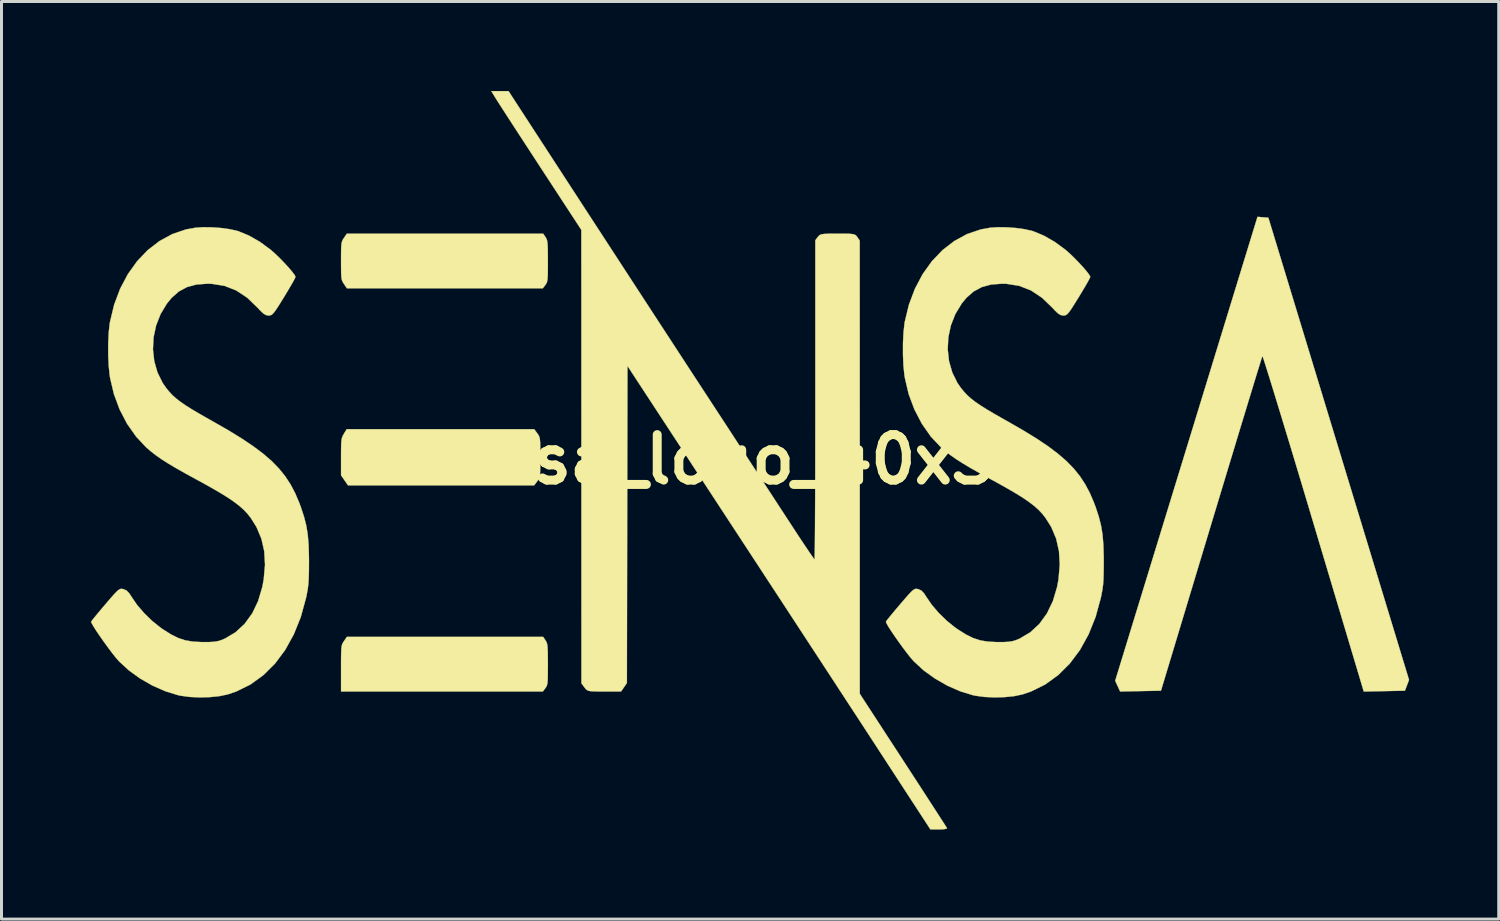
<source format=kicad_pcb>
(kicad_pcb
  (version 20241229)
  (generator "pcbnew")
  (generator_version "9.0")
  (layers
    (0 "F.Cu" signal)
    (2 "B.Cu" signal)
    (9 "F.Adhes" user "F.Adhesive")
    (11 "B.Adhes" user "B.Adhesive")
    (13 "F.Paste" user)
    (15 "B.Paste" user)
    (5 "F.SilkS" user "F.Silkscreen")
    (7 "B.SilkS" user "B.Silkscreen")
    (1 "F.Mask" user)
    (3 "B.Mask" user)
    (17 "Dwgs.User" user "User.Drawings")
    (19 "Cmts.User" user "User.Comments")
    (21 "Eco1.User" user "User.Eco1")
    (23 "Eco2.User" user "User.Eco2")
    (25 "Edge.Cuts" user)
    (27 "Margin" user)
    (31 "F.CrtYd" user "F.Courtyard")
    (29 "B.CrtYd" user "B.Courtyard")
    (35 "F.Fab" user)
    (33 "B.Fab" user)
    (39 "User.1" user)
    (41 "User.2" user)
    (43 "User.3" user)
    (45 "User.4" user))
  (footprint "sensa_logo_40x30"
    (layer "F.Cu")
    (at 21.333 12.349)
    (property "Reference" "sensa_logo_40x30" (at 0 0 0) (layer "F.SilkS") (effects (font (size 1.524 1.524) (thickness 0.3))))
    (attr through_hole)
    (fp_poly (pts (xy -6.102 6.061) (xy -6.07 6.116) (xy -6.048 6.181) (xy -6.035 6.276) (xy -6.027 6.419) (xy -6.024 6.628) (xy -6.023 6.865) (xy -6.024 7.143) (xy -6.027 7.338) (xy -6.035 7.468) (xy -6.05 7.553) (xy -6.073 7.611) (xy -6.107 7.661) (xy -6.107 7.662) (xy -6.191 7.772) (xy -12.954 7.772) (xy -12.954 7) (xy -12.954 6.705) (xy -12.951 6.494) (xy -12.945 6.348) (xy -12.933 6.25) (xy -12.914 6.183) (xy -12.884 6.128) (xy -12.856 6.086) (xy -12.759 5.944) (xy -6.181 5.944) (xy -6.102 6.061)) (stroke (width 0.01) (type solid)) (fill yes) (layer "F.SilkS"))
    (fp_poly (pts (xy -6.379 -0.879) (xy -6.338 -0.821) (xy -6.31 -0.764) (xy -6.292 -0.688) (xy -6.282 -0.573) (xy -6.278 -0.402) (xy -6.277 -0.152) (xy -6.277 -0.076) (xy -6.278 0.195) (xy -6.281 0.384) (xy -6.289 0.511) (xy -6.304 0.595) (xy -6.33 0.655) (xy -6.368 0.711) (xy -6.379 0.727) (xy -6.481 0.864) (xy -12.722 0.864) (xy -12.838 0.696) (xy -12.954 0.529) (xy -12.954 -0.087) (xy -12.953 -0.349) (xy -12.949 -0.53) (xy -12.939 -0.653) (xy -12.92 -0.738) (xy -12.89 -0.807) (xy -12.86 -0.86) (xy -12.766 -1.016) (xy -6.481 -1.016) (xy -6.379 -0.879)) (stroke (width 0.01) (type solid)) (fill yes) (layer "F.SilkS"))
    (fp_poly (pts (xy -6.102 -7.452) (xy -6.07 -7.397) (xy -6.048 -7.331) (xy -6.035 -7.237) (xy -6.027 -7.094) (xy -6.024 -6.884) (xy -6.023 -6.648) (xy -6.024 -6.37) (xy -6.027 -6.175) (xy -6.035 -6.045) (xy -6.05 -5.96) (xy -6.073 -5.901) (xy -6.107 -5.851) (xy -6.107 -5.851) (xy -6.191 -5.74) (xy -9.475 -5.74) (xy -12.759 -5.74) (xy -12.856 -5.883) (xy -12.897 -5.946) (xy -12.925 -6.01) (xy -12.941 -6.094) (xy -12.95 -6.22) (xy -12.953 -6.408) (xy -12.954 -6.655) (xy -12.953 -6.918) (xy -12.95 -7.101) (xy -12.94 -7.222) (xy -12.923 -7.305) (xy -12.895 -7.368) (xy -12.856 -7.427) (xy -12.759 -7.569) (xy -6.181 -7.569) (xy -6.102 -7.452)) (stroke (width 0.01) (type solid)) (fill yes) (layer "F.SilkS"))
    (fp_poly (pts (xy 17.939 -8.118) (xy 18.121 -8.103) (xy 20.478 -0.359) (xy 22.835 7.385) (xy 22.766 7.566) (xy 22.697 7.747) (xy 22.007 7.761) (xy 21.318 7.774) (xy 19.633 2.134) (xy 19.418 1.415) (xy 19.211 0.724) (xy 19.013 0.066) (xy 18.826 -0.554) (xy 18.651 -1.129) (xy 18.491 -1.655) (xy 18.347 -2.125) (xy 18.221 -2.535) (xy 18.115 -2.877) (xy 18.03 -3.147) (xy 17.968 -3.338) (xy 17.931 -3.446) (xy 17.921 -3.468) (xy 17.904 -3.417) (xy 17.86 -3.278) (xy 17.792 -3.058) (xy 17.7 -2.76) (xy 17.588 -2.393) (xy 17.456 -1.961) (xy 17.307 -1.47) (xy 17.141 -0.926) (xy 16.962 -0.334) (xy 16.77 0.299) (xy 16.568 0.968) (xy 16.357 1.666) (xy 16.208 2.159) (xy 14.522 7.747) (xy 13.154 7.773) (xy 13.071 7.593) (xy 12.988 7.414) (xy 15.373 -0.359) (xy 17.757 -8.133) (xy 17.939 -8.118)) (stroke (width 0.01) (type solid)) (fill yes) (layer "F.SilkS"))
    (fp_poly (pts (xy -5.022 -8.779) (xy -4.628 -8.173) (xy -4.203 -7.521) (xy -3.757 -6.835) (xy -3.297 -6.129) (xy -2.833 -5.417) (xy -2.373 -4.711) (xy -1.925 -4.025) (xy -1.5 -3.373) (xy -1.104 -2.766) (xy -0.746 -2.219) (xy -0.689 -2.132) (xy -0.356 -1.622) (xy -0.019 -1.107) (xy 0.314 -0.596) (xy 0.64 -0.097) (xy 0.951 0.38) (xy 1.243 0.826) (xy 1.509 1.234) (xy 1.743 1.593) (xy 1.941 1.896) (xy 2.095 2.133) (xy 2.105 2.147) (xy 2.295 2.439) (xy 2.471 2.706) (xy 2.626 2.938) (xy 2.753 3.126) (xy 2.847 3.262) (xy 2.901 3.337) (xy 2.912 3.349) (xy 2.916 3.3) (xy 2.919 3.156) (xy 2.923 2.923) (xy 2.926 2.609) (xy 2.929 2.219) (xy 2.931 1.762) (xy 2.934 1.242) (xy 2.936 0.667) (xy 2.937 0.043) (xy 2.938 -0.622) (xy 2.939 -1.323) (xy 2.939 -1.998) (xy 2.939 -7.348) (xy 3.023 -7.459) (xy 3.059 -7.5) (xy 3.101 -7.53) (xy 3.162 -7.55) (xy 3.253 -7.561) (xy 3.387 -7.567) (xy 3.576 -7.569) (xy 3.688 -7.569) (xy 3.906 -7.569) (xy 4.064 -7.565) (xy 4.172 -7.557) (xy 4.244 -7.542) (xy 4.292 -7.518) (xy 4.326 -7.482) (xy 4.348 -7.452) (xy 4.427 -7.334) (xy 4.428 0.257) (xy 4.428 7.849) (xy 5.882 10.083) (xy 6.144 10.486) (xy 6.392 10.867) (xy 6.621 11.22) (xy 6.826 11.537) (xy 7.004 11.812) (xy 7.15 12.038) (xy 7.26 12.208) (xy 7.329 12.317) (xy 7.353 12.356) (xy 7.328 12.374) (xy 7.246 12.388) (xy 7.124 12.395) (xy 7.083 12.395) (xy 6.796 12.395) (xy 5.398 10.249) (xy 5.154 9.874) (xy 4.89 9.469) (xy 4.606 9.033) (xy 4.298 8.561) (xy 3.964 8.051) (xy 3.604 7.499) (xy 3.215 6.903) (xy 2.794 6.26) (xy 2.34 5.566) (xy 1.852 4.819) (xy 1.326 4.016) (xy 0.761 3.152) (xy 0.155 2.227) (xy -0.494 1.235) (xy -1.188 0.175) (xy -1.929 -0.957) (xy -1.959 -1.003) (xy -3.356 -3.137) (xy -3.366 2.176) (xy -3.375 7.488) (xy -3.472 7.63) (xy -3.57 7.772) (xy -4.132 7.772) (xy -4.346 7.772) (xy -4.499 7.769) (xy -4.605 7.761) (xy -4.676 7.744) (xy -4.725 7.718) (xy -4.764 7.679) (xy -4.797 7.636) (xy -4.899 7.499) (xy -4.9 -0.098) (xy -4.902 -7.696) (xy -6.263 -9.779) (xy -6.521 -10.175) (xy -6.769 -10.556) (xy -7.002 -10.913) (xy -7.213 -11.238) (xy -7.398 -11.523) (xy -7.552 -11.762) (xy -7.67 -11.946) (xy -7.747 -12.066) (xy -7.77 -12.103) (xy -7.917 -12.344) (xy -7.341 -12.344) (xy -5.022 -8.779)) (stroke (width 0.01) (type solid)) (fill yes) (layer "F.SilkS"))
    (fp_poly (pts (xy -17.28 -7.781) (xy -16.979 -7.759) (xy -16.694 -7.72) (xy -16.449 -7.667) (xy -16.384 -7.647) (xy -16.033 -7.501) (xy -15.667 -7.29) (xy -15.315 -7.031) (xy -15.304 -7.023) (xy -15.165 -6.899) (xy -15.012 -6.752) (xy -14.86 -6.595) (xy -14.719 -6.442) (xy -14.601 -6.304) (xy -14.518 -6.194) (xy -14.481 -6.127) (xy -14.481 -6.121) (xy -14.503 -6.068) (xy -14.565 -5.951) (xy -14.66 -5.787) (xy -14.778 -5.589) (xy -14.863 -5.448) (xy -15.007 -5.216) (xy -15.114 -5.049) (xy -15.192 -4.939) (xy -15.252 -4.872) (xy -15.302 -4.839) (xy -15.351 -4.827) (xy -15.382 -4.826) (xy -15.468 -4.84) (xy -15.555 -4.891) (xy -15.664 -4.992) (xy -15.747 -5.083) (xy -16.097 -5.421) (xy -16.466 -5.666) (xy -16.859 -5.82) (xy -17.286 -5.888) (xy -17.432 -5.892) (xy -17.8 -5.865) (xy -18.116 -5.779) (xy -18.391 -5.631) (xy -18.635 -5.416) (xy -18.79 -5.226) (xy -19.003 -4.873) (xy -19.152 -4.492) (xy -19.237 -4.094) (xy -19.258 -3.692) (xy -19.214 -3.296) (xy -19.106 -2.918) (xy -18.933 -2.568) (xy -18.811 -2.392) (xy -18.71 -2.27) (xy -18.605 -2.158) (xy -18.486 -2.05) (xy -18.345 -1.94) (xy -18.175 -1.822) (xy -17.965 -1.689) (xy -17.708 -1.537) (xy -17.395 -1.358) (xy -17.236 -1.269) (xy -16.727 -0.977) (xy -16.283 -0.704) (xy -15.898 -0.446) (xy -15.565 -0.196) (xy -15.28 0.05) (xy -15.036 0.3) (xy -14.828 0.558) (xy -14.649 0.83) (xy -14.495 1.122) (xy -14.359 1.44) (xy -14.299 1.6) (xy -14.195 1.917) (xy -14.12 2.213) (xy -14.07 2.517) (xy -14.041 2.856) (xy -14.03 3.256) (xy -14.029 3.454) (xy -14.031 3.763) (xy -14.038 3.999) (xy -14.051 4.188) (xy -14.073 4.359) (xy -14.107 4.539) (xy -14.128 4.638) (xy -14.303 5.277) (xy -14.537 5.859) (xy -14.826 6.381) (xy -15.166 6.837) (xy -15.555 7.224) (xy -15.989 7.538) (xy -16.464 7.773) (xy -16.753 7.871) (xy -17.029 7.929) (xy -17.35 7.962) (xy -17.69 7.972) (xy -18.026 7.956) (xy -18.33 7.915) (xy -18.415 7.897) (xy -18.843 7.765) (xy -19.273 7.576) (xy -19.686 7.339) (xy -20.064 7.067) (xy -20.389 6.768) (xy -20.398 6.758) (xy -20.498 6.644) (xy -20.621 6.489) (xy -20.757 6.308) (xy -20.898 6.114) (xy -21.033 5.922) (xy -21.154 5.744) (xy -21.249 5.594) (xy -21.311 5.486) (xy -21.328 5.435) (xy -21.298 5.391) (xy -21.222 5.295) (xy -21.108 5.156) (xy -20.967 4.988) (xy -20.853 4.854) (xy -20.682 4.654) (xy -20.556 4.511) (xy -20.464 4.416) (xy -20.398 4.361) (xy -20.345 4.336) (xy -20.296 4.334) (xy -20.248 4.343) (xy -20.144 4.388) (xy -20.052 4.483) (xy -19.971 4.607) (xy -19.79 4.872) (xy -19.557 5.143) (xy -19.292 5.402) (xy -19.012 5.628) (xy -18.928 5.687) (xy -18.654 5.86) (xy -18.411 5.981) (xy -18.175 6.059) (xy -17.92 6.102) (xy -17.621 6.118) (xy -17.58 6.118) (xy -17.369 6.117) (xy -17.21 6.107) (xy -17.082 6.087) (xy -16.965 6.051) (xy -16.843 5.999) (xy -16.489 5.789) (xy -16.184 5.505) (xy -15.93 5.155) (xy -15.732 4.741) (xy -15.592 4.269) (xy -15.545 4.013) (xy -15.502 3.526) (xy -15.528 3.074) (xy -15.623 2.654) (xy -15.787 2.264) (xy -15.978 1.958) (xy -16.089 1.818) (xy -16.215 1.684) (xy -16.365 1.551) (xy -16.544 1.414) (xy -16.762 1.266) (xy -17.024 1.105) (xy -17.339 0.923) (xy -17.714 0.715) (xy -17.816 0.66) (xy -18.186 0.458) (xy -18.496 0.282) (xy -18.756 0.127) (xy -18.975 -0.013) (xy -19.162 -0.144) (xy -19.327 -0.273) (xy -19.48 -0.404) (xy -19.481 -0.405) (xy -19.825 -0.772) (xy -20.126 -1.201) (xy -20.375 -1.68) (xy -20.566 -2.194) (xy -20.693 -2.731) (xy -20.706 -2.814) (xy -20.74 -3.136) (xy -20.757 -3.509) (xy -20.756 -3.896) (xy -20.739 -4.261) (xy -20.705 -4.568) (xy -20.698 -4.607) (xy -20.559 -5.186) (xy -20.357 -5.723) (xy -20.099 -6.211) (xy -19.789 -6.644) (xy -19.433 -7.017) (xy -19.036 -7.323) (xy -18.605 -7.557) (xy -18.144 -7.712) (xy -17.83 -7.768) (xy -17.572 -7.785) (xy -17.28 -7.781)) (stroke (width 0.01) (type solid)) (fill yes) (layer "F.SilkS"))
    (fp_poly (pts (xy 9.354 -7.781) (xy 9.655 -7.759) (xy 9.939 -7.72) (xy 10.184 -7.667) (xy 10.25 -7.647) (xy 10.601 -7.501) (xy 10.967 -7.29) (xy 11.319 -7.031) (xy 11.329 -7.023) (xy 11.469 -6.899) (xy 11.621 -6.752) (xy 11.774 -6.595) (xy 11.915 -6.442) (xy 12.033 -6.304) (xy 12.116 -6.194) (xy 12.152 -6.127) (xy 12.153 -6.121) (xy 12.131 -6.068) (xy 12.068 -5.951) (xy 11.974 -5.787) (xy 11.856 -5.589) (xy 11.77 -5.448) (xy 11.626 -5.216) (xy 11.52 -5.049) (xy 11.441 -4.939) (xy 11.382 -4.872) (xy 11.332 -4.839) (xy 11.283 -4.827) (xy 11.251 -4.826) (xy 11.166 -4.84) (xy 11.078 -4.891) (xy 10.97 -4.992) (xy 10.887 -5.083) (xy 10.536 -5.421) (xy 10.168 -5.666) (xy 9.775 -5.82) (xy 9.348 -5.888) (xy 9.202 -5.892) (xy 8.834 -5.865) (xy 8.518 -5.779) (xy 8.243 -5.631) (xy 7.999 -5.416) (xy 7.844 -5.226) (xy 7.63 -4.873) (xy 7.481 -4.492) (xy 7.396 -4.094) (xy 7.376 -3.692) (xy 7.42 -3.296) (xy 7.528 -2.918) (xy 7.7 -2.568) (xy 7.823 -2.392) (xy 7.924 -2.27) (xy 8.029 -2.158) (xy 8.148 -2.05) (xy 8.288 -1.94) (xy 8.459 -1.822) (xy 8.669 -1.689) (xy 8.926 -1.537) (xy 9.239 -1.358) (xy 9.398 -1.269) (xy 9.906 -0.977) (xy 10.351 -0.704) (xy 10.736 -0.446) (xy 11.068 -0.196) (xy 11.353 0.05) (xy 11.597 0.3) (xy 11.806 0.558) (xy 11.984 0.83) (xy 12.139 1.122) (xy 12.275 1.44) (xy 12.335 1.6) (xy 12.439 1.917) (xy 12.514 2.213) (xy 12.564 2.517) (xy 12.592 2.856) (xy 12.604 3.256) (xy 12.605 3.454) (xy 12.602 3.763) (xy 12.596 3.999) (xy 12.583 4.188) (xy 12.56 4.359) (xy 12.527 4.539) (xy 12.506 4.638) (xy 12.331 5.277) (xy 12.097 5.859) (xy 11.808 6.381) (xy 11.467 6.837) (xy 11.078 7.224) (xy 10.644 7.538) (xy 10.17 7.773) (xy 9.88 7.871) (xy 9.605 7.929) (xy 9.284 7.962) (xy 8.943 7.972) (xy 8.608 7.956) (xy 8.304 7.915) (xy 8.219 7.897) (xy 7.79 7.765) (xy 7.361 7.576) (xy 6.948 7.339) (xy 6.57 7.067) (xy 6.245 6.768) (xy 6.235 6.758) (xy 6.136 6.644) (xy 6.013 6.489) (xy 5.876 6.308) (xy 5.736 6.114) (xy 5.6 5.922) (xy 5.48 5.744) (xy 5.384 5.594) (xy 5.323 5.486) (xy 5.305 5.435) (xy 5.335 5.391) (xy 5.412 5.295) (xy 5.525 5.156) (xy 5.666 4.988) (xy 5.78 4.854) (xy 5.952 4.654) (xy 6.078 4.511) (xy 6.169 4.416) (xy 6.236 4.361) (xy 6.289 4.336) (xy 6.337 4.334) (xy 6.386 4.343) (xy 6.49 4.388) (xy 6.582 4.483) (xy 6.662 4.607) (xy 6.844 4.872) (xy 7.076 5.143) (xy 7.342 5.402) (xy 7.622 5.628) (xy 7.706 5.687) (xy 7.98 5.86) (xy 8.222 5.981) (xy 8.459 6.059) (xy 8.714 6.102) (xy 9.013 6.118) (xy 9.053 6.118) (xy 9.264 6.117) (xy 9.424 6.107) (xy 9.552 6.087) (xy 9.669 6.051) (xy 9.791 5.999) (xy 10.145 5.789) (xy 10.45 5.505) (xy 10.703 5.155) (xy 10.902 4.741) (xy 11.042 4.269) (xy 11.089 4.013) (xy 11.131 3.526) (xy 11.105 3.074) (xy 11.011 2.654) (xy 10.847 2.264) (xy 10.655 1.958) (xy 10.545 1.818) (xy 10.418 1.684) (xy 10.269 1.551) (xy 10.089 1.414) (xy 9.872 1.266) (xy 9.609 1.105) (xy 9.295 0.923) (xy 8.92 0.715) (xy 8.817 0.66) (xy 8.448 0.458) (xy 8.138 0.282) (xy 7.878 0.127) (xy 7.659 -0.013) (xy 7.472 -0.144) (xy 7.306 -0.273) (xy 7.154 -0.404) (xy 7.153 -0.405) (xy 6.808 -0.772) (xy 6.508 -1.201) (xy 6.259 -1.68) (xy 6.067 -2.194) (xy 5.941 -2.731) (xy 5.927 -2.814) (xy 5.893 -3.136) (xy 5.877 -3.509) (xy 5.877 -3.896) (xy 5.895 -4.261) (xy 5.929 -4.568) (xy 5.935 -4.607) (xy 6.075 -5.186) (xy 6.277 -5.723) (xy 6.535 -6.211) (xy 6.845 -6.644) (xy 7.201 -7.017) (xy 7.597 -7.323) (xy 8.029 -7.557) (xy 8.49 -7.712) (xy 8.803 -7.768) (xy 9.062 -7.785) (xy 9.354 -7.781)) (stroke (width 0.01) (type solid)) (fill yes) (layer "F.SilkS")))
  (gr_rect
    (start -3 -3)
    (end 47.174 27.75)
    (stroke (width 0.1) (type default))
    (fill no)
    (layer "Edge.Cuts")))
</source>
